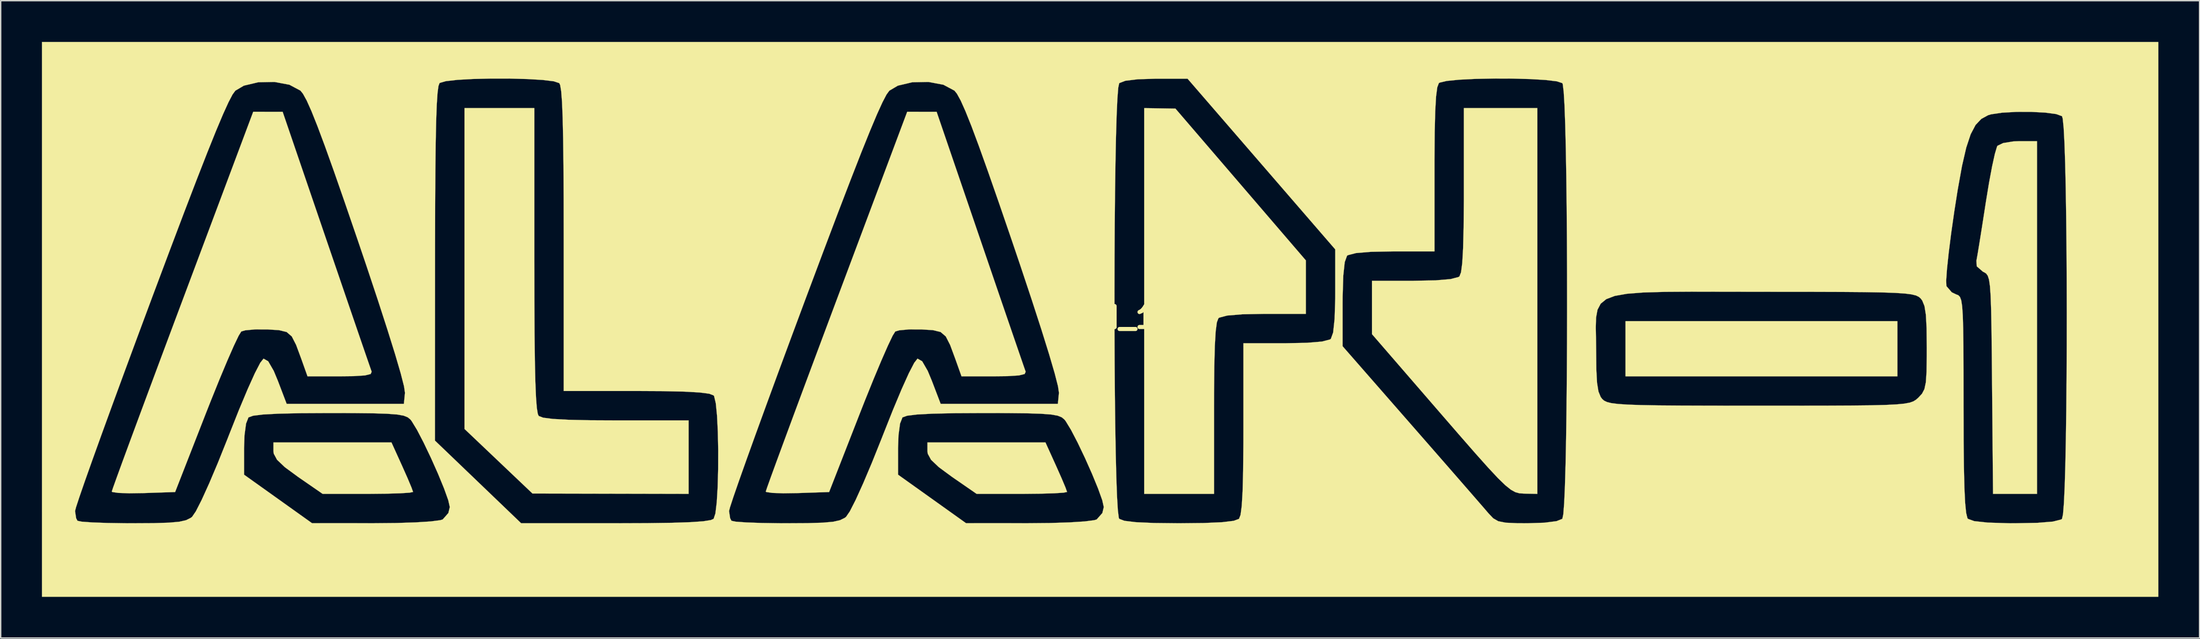
<source format=kicad_pcb>
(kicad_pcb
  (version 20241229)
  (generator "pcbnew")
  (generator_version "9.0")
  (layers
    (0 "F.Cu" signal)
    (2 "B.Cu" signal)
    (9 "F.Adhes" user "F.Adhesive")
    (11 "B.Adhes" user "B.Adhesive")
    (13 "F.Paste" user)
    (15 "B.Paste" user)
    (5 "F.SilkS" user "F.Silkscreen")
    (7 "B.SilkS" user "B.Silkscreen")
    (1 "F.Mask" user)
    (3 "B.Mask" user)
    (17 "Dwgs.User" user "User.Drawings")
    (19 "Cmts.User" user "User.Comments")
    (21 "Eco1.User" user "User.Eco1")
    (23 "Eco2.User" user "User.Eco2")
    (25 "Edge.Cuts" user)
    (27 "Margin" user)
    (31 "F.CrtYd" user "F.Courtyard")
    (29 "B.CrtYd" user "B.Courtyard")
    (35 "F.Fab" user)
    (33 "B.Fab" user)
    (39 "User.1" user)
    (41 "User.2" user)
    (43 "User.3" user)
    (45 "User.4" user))
  (footprint "ALAN_1"
    (layer "F.Cu")
    (at 77.007 20.058)
    (property "Reference" "ALAN_1" (at 0 0 0) (layer "F.SilkS") (effects (font (size 1.524 1.524) (thickness 0.3))))
    (attr through_hole)
    (fp_poly (pts (xy 58.019 4.278) (xy 38.234 4.278) (xy 38.234 0.267) (xy 58.019 0.267) (xy 58.019 4.278)) (stroke (width 0.01) (type solid)) (fill yes) (layer "F.SilkS"))
    (fp_poly (pts (xy -50.783 10.823) (xy -50.396 11.694) (xy -50.116 12.361) (xy -49.999 12.687) (xy -49.998 12.694) (xy -50.248 12.747) (xy -50.931 12.791) (xy -51.945 12.821) (xy -53.187 12.834) (xy -53.288 12.834) (xy -56.578 12.834) (xy -58.368 11.598) (xy -59.332 10.889) (xy -59.897 10.352) (xy -60.136 9.909) (xy -60.158 9.726) (xy -60.158 9.091) (xy -51.569 9.091) (xy -50.783 10.823)) (stroke (width 0.01) (type solid)) (fill yes) (layer "F.SilkS"))
    (fp_poly (pts (xy -3.192 10.823) (xy -2.805 11.694) (xy -2.524 12.361) (xy -2.407 12.687) (xy -2.406 12.694) (xy -2.657 12.747) (xy -3.34 12.791) (xy -4.353 12.821) (xy -5.596 12.834) (xy -5.696 12.834) (xy -8.986 12.834) (xy -10.776 11.598) (xy -11.74 10.889) (xy -12.305 10.352) (xy -12.545 9.909) (xy -12.566 9.726) (xy -12.566 9.091) (xy -3.977 9.091) (xy -3.192 10.823)) (stroke (width 0.01) (type solid)) (fill yes) (layer "F.SilkS"))
    (fp_poly (pts (xy 4.345 -15.222) (xy 5.481 -15.204) (xy 10.227 -9.68) (xy 14.973 -4.156) (xy 14.973 -0.267) (xy 11.951 -0.267) (xy 10.349 -0.236) (xy 9.251 -0.144) (xy 8.669 0.009) (xy 8.609 0.053) (xy 8.496 0.348) (xy 8.41 1.002) (xy 8.348 2.057) (xy 8.309 3.549) (xy 8.29 5.519) (xy 8.288 6.604) (xy 8.288 12.834) (xy 3.208 12.834) (xy 3.208 -15.24) (xy 4.345 -15.222)) (stroke (width 0.01) (type solid)) (fill yes) (layer "F.SilkS"))
    (fp_poly (pts (xy -41.175 -4.198) (xy -41.17 -1.269) (xy -41.157 1.16) (xy -41.134 3.123) (xy -41.099 4.657) (xy -41.052 5.794) (xy -40.992 6.571) (xy -40.918 7.021) (xy -40.854 7.165) (xy -40.533 7.289) (xy -39.825 7.38) (xy -38.692 7.442) (xy -37.095 7.477) (xy -35.239 7.486) (xy -29.945 7.486) (xy -29.945 12.834) (xy -35.627 12.821) (xy -41.308 12.808) (xy -46.255 8.109) (xy -46.255 -15.24) (xy -41.175 -15.24) (xy -41.175 -4.198)) (stroke (width 0.01) (type solid)) (fill yes) (layer "F.SilkS"))
    (fp_poly (pts (xy 31.817 12.834) (xy 30.814 12.813) (xy 30.51 12.791) (xy 30.216 12.711) (xy 29.888 12.529) (xy 29.48 12.201) (xy 28.946 11.683) (xy 28.242 10.93) (xy 27.321 9.9) (xy 26.139 8.548) (xy 24.798 7.002) (xy 19.785 1.212) (xy 19.785 -2.674) (xy 22.807 -2.674) (xy 24.409 -2.705) (xy 25.507 -2.798) (xy 26.089 -2.951) (xy 26.149 -2.995) (xy 26.264 -3.295) (xy 26.352 -3.963) (xy 26.414 -5.037) (xy 26.452 -6.556) (xy 26.469 -8.559) (xy 26.469 -9.278) (xy 26.469 -15.24) (xy 31.817 -15.24) (xy 31.817 12.834)) (stroke (width 0.01) (type solid)) (fill yes) (layer "F.SilkS"))
    (fp_poly (pts (xy 68.179 12.834) (xy 64.978 12.834) (xy 64.908 4.879) (xy 64.887 2.611) (xy 64.866 0.819) (xy 64.84 -0.555) (xy 64.804 -1.57) (xy 64.754 -2.285) (xy 64.686 -2.756) (xy 64.593 -3.044) (xy 64.472 -3.206) (xy 64.318 -3.301) (xy 64.245 -3.334) (xy 63.793 -3.727) (xy 63.769 -4.137) (xy 63.851 -4.59) (xy 63.994 -5.459) (xy 64.181 -6.631) (xy 64.393 -7.992) (xy 64.459 -8.422) (xy 64.685 -9.797) (xy 64.909 -10.993) (xy 65.11 -11.907) (xy 65.265 -12.431) (xy 65.302 -12.499) (xy 65.713 -12.697) (xy 66.452 -12.817) (xy 66.875 -12.834) (xy 68.179 -12.834) (xy 68.179 12.834)) (stroke (width 0.01) (type solid)) (fill yes) (layer "F.SilkS"))
    (fp_poly (pts (xy -59.489 -14.972) (xy -56.314 -5.681) (xy -55.585 -3.553) (xy -54.909 -1.577) (xy -54.305 0.186) (xy -53.793 1.678) (xy -53.393 2.84) (xy -53.125 3.615) (xy -53.01 3.943) (xy -53.01 3.944) (xy -53.083 4.111) (xy -53.504 4.215) (xy -54.34 4.267) (xy -55.28 4.278) (xy -57.679 4.278) (xy -58.132 3.008) (xy -58.508 1.993) (xy -58.824 1.376) (xy -59.202 1.053) (xy -59.761 0.918) (xy -60.587 0.867) (xy -61.495 0.864) (xy -62.207 0.93) (xy -62.498 1.016) (xy -62.687 1.319) (xy -63.036 2.048) (xy -63.511 3.13) (xy -64.081 4.491) (xy -64.714 6.059) (xy -65.073 6.968) (xy -67.313 12.7) (xy -69.617 12.777) (xy -70.652 12.792) (xy -71.446 12.764) (xy -71.878 12.701) (xy -71.922 12.666) (xy -71.831 12.387) (xy -71.568 11.654) (xy -71.152 10.512) (xy -70.598 9.008) (xy -69.924 7.188) (xy -69.147 5.098) (xy -68.285 2.784) (xy -67.353 0.291) (xy -66.776 -1.248) (xy -61.63 -14.973) (xy -59.489 -14.972)) (stroke (width 0.01) (type solid)) (fill yes) (layer "F.SilkS"))
    (fp_poly (pts (xy -11.898 -14.972) (xy -8.722 -5.681) (xy -7.994 -3.553) (xy -7.318 -1.577) (xy -6.713 0.186) (xy -6.201 1.678) (xy -5.801 2.84) (xy -5.534 3.615) (xy -5.418 3.943) (xy -5.418 3.944) (xy -5.492 4.111) (xy -5.913 4.215) (xy -6.749 4.267) (xy -7.689 4.278) (xy -10.087 4.278) (xy -10.54 3.008) (xy -10.916 1.993) (xy -11.232 1.376) (xy -11.61 1.053) (xy -12.169 0.918) (xy -12.995 0.867) (xy -13.904 0.864) (xy -14.615 0.93) (xy -14.906 1.016) (xy -15.096 1.319) (xy -15.444 2.048) (xy -15.919 3.13) (xy -16.489 4.491) (xy -17.123 6.059) (xy -17.481 6.968) (xy -19.721 12.7) (xy -22.026 12.777) (xy -23.06 12.792) (xy -23.854 12.764) (xy -24.286 12.701) (xy -24.331 12.666) (xy -24.239 12.387) (xy -23.977 11.654) (xy -23.56 10.512) (xy -23.006 9.008) (xy -22.333 7.188) (xy -21.556 5.098) (xy -20.693 2.784) (xy -19.761 0.291) (xy -19.185 -1.248) (xy -14.039 -14.973) (xy -11.898 -14.972)) (stroke (width 0.01) (type solid)) (fill yes) (layer "F.SilkS"))
    (fp_poly (pts (xy 77.002 20.32) (xy -77.002 20.32) (xy -77.002 14.085) (xy -74.596 14.085) (xy -74.515 14.61) (xy -74.418 14.794) (xy -74.1 14.858) (xy -73.348 14.912) (xy -72.263 14.951) (xy -70.947 14.971) (xy -70.437 14.973) (xy -68.886 14.964) (xy -67.778 14.93) (xy -67.019 14.863) (xy -66.518 14.75) (xy -66.183 14.584) (xy -66.079 14.505) (xy -65.806 14.106) (xy -65.381 13.272) (xy -64.835 12.07) (xy -64.199 10.567) (xy -63.778 9.515) (xy -62.297 9.515) (xy -62.297 11.437) (xy -59.824 13.201) (xy -57.351 14.966) (xy -52.855 14.969) (xy -51.217 14.954) (xy -49.807 14.909) (xy -48.71 14.839) (xy -48.015 14.749) (xy -47.841 14.696) (xy -47.43 14.229) (xy -47.324 13.793) (xy -47.439 13.287) (xy -47.744 12.437) (xy -48.182 11.371) (xy -48.695 10.22) (xy -49.224 9.112) (xy -49.304 8.957) (xy -48.404 8.957) (xy -45.267 11.965) (xy -42.13 14.973) (xy -35.289 14.973) (xy -32.983 14.964) (xy -31.173 14.939) (xy -29.82 14.894) (xy -28.884 14.829) (xy -28.327 14.74) (xy -28.127 14.652) (xy -27.997 14.259) (xy -27.976 14.085) (xy -27.004 14.085) (xy -26.923 14.61) (xy -26.826 14.794) (xy -26.508 14.858) (xy -25.756 14.912) (xy -24.672 14.951) (xy -23.355 14.971) (xy -22.845 14.973) (xy -21.295 14.964) (xy -20.186 14.93) (xy -19.428 14.863) (xy -18.927 14.75) (xy -18.591 14.584) (xy -18.488 14.505) (xy -18.214 14.106) (xy -17.789 13.272) (xy -17.244 12.07) (xy -16.608 10.567) (xy -16.186 9.515) (xy -14.705 9.515) (xy -14.705 11.437) (xy -12.232 13.201) (xy -9.759 14.966) (xy -5.263 14.969) (xy -3.626 14.954) (xy -2.215 14.909) (xy -1.119 14.839) (xy -0.424 14.749) (xy -0.25 14.696) (xy 0.162 14.229) (xy 0.267 13.793) (xy 0.153 13.287) (xy -0.153 12.437) (xy -0.591 11.371) (xy -1.103 10.22) (xy -1.632 9.112) (xy -2.119 8.176) (xy -2.506 7.541) (xy -2.602 7.419) (xy -2.794 7.261) (xy -3.092 7.142) (xy -3.569 7.058) (xy -4.297 7.003) (xy -5.349 6.97) (xy -6.796 6.955) (xy -8.544 6.952) (xy -10.626 6.963) (xy -12.213 6.998) (xy -13.342 7.059) (xy -14.051 7.148) (xy -14.379 7.267) (xy -14.384 7.272) (xy -14.559 7.717) (xy -14.672 8.566) (xy -14.705 9.515) (xy -16.186 9.515) (xy -15.912 8.831) (xy -15.804 8.556) (xy -15.078 6.727) (xy -14.442 5.209) (xy -13.918 4.049) (xy -13.527 3.296) (xy -13.292 2.996) (xy -13.284 2.994) (xy -12.95 3.183) (xy -12.545 3.884) (xy -12.248 4.598) (xy -11.604 6.283) (xy -3.075 6.283) (xy -2.996 5.479) (xy -3.064 5.008) (xy -3.305 4.065) (xy -3.71 2.682) (xy -4.269 0.889) (xy -4.973 -1.282) (xy -5.135 -1.769) (xy 1.043 -1.769) (xy 1.045 0.767) (xy 1.056 3.258) (xy 1.074 5.646) (xy 1.101 7.874) (xy 1.136 9.882) (xy 1.179 11.613) (xy 1.23 13.01) (xy 1.29 14.013) (xy 1.358 14.566) (xy 1.39 14.652) (xy 1.772 14.795) (xy 2.603 14.895) (xy 3.911 14.953) (xy 5.726 14.973) (xy 5.748 14.973) (xy 7.568 14.954) (xy 8.883 14.896) (xy 9.719 14.796) (xy 10.105 14.654) (xy 10.107 14.652) (xy 10.22 14.358) (xy 10.306 13.703) (xy 10.368 12.649) (xy 10.407 11.156) (xy 10.425 9.186) (xy 10.427 8.101) (xy 10.427 1.872) (xy 13.449 1.872) (xy 15.051 1.84) (xy 16.149 1.748) (xy 16.731 1.595) (xy 16.791 1.551) (xy 16.957 1.09) (xy 17.063 0.106) (xy 17.099 -1.041) (xy 17.646 -1.041) (xy 17.646 2.089) (xy 22.659 7.819) (xy 23.985 9.335) (xy 25.222 10.751) (xy 26.318 12.008) (xy 27.223 13.048) (xy 27.885 13.81) (xy 28.251 14.236) (xy 28.272 14.261) (xy 28.607 14.612) (xy 28.975 14.824) (xy 29.514 14.931) (xy 30.363 14.969) (xy 31.093 14.973) (xy 32.333 14.932) (xy 33.213 14.819) (xy 33.635 14.652) (xy 33.706 14.319) (xy 33.769 13.509) (xy 33.824 12.281) (xy 33.871 10.691) (xy 33.91 8.799) (xy 33.94 6.663) (xy 33.962 4.339) (xy 33.976 1.886) (xy 33.979 0.715) (xy 36.07 0.715) (xy 36.086 1.583) (xy 36.095 2.365) (xy 36.109 3.771) (xy 36.161 4.743) (xy 36.264 5.381) (xy 36.428 5.783) (xy 36.537 5.928) (xy 36.674 6.049) (xy 36.877 6.148) (xy 37.196 6.228) (xy 37.682 6.29) (xy 38.385 6.337) (xy 39.353 6.371) (xy 40.639 6.394) (xy 42.29 6.407) (xy 44.358 6.414) (xy 46.892 6.417) (xy 47.95 6.417) (xy 50.658 6.416) (xy 52.882 6.413) (xy 54.674 6.404) (xy 56.084 6.388) (xy 57.162 6.361) (xy 57.961 6.321) (xy 58.53 6.266) (xy 58.922 6.193) (xy 59.186 6.098) (xy 59.374 5.981) (xy 59.536 5.838) (xy 59.539 5.835) (xy 59.807 5.548) (xy 59.984 5.21) (xy 60.089 4.714) (xy 60.14 3.95) (xy 60.157 2.806) (xy 60.158 2.18) (xy 60.143 0.774) (xy 60.091 -0.198) (xy 59.989 -0.836) (xy 59.825 -1.238) (xy 59.715 -1.383) (xy 59.579 -1.504) (xy 59.376 -1.603) (xy 59.056 -1.683) (xy 58.57 -1.745) (xy 57.868 -1.792) (xy 56.899 -1.826) (xy 55.614 -1.848) (xy 53.962 -1.862) (xy 51.895 -1.869) (xy 49.36 -1.871) (xy 48.303 -1.872) (xy 45.422 -1.876) (xy 43.031 -1.88) (xy 41.083 -1.867) (xy 39.535 -1.822) (xy 38.341 -1.729) (xy 37.455 -1.573) (xy 36.832 -1.337) (xy 36.427 -1.006) (xy 36.195 -0.564) (xy 36.091 0.004) (xy 36.07 0.715) (xy 33.979 0.715) (xy 33.982 -0.637) (xy 33.98 -2.683) (xy 61.568 -2.683) (xy 61.586 -2.286) (xy 61.976 -1.835) (xy 62.298 -1.681) (xy 62.451 -1.624) (xy 62.571 -1.501) (xy 62.663 -1.257) (xy 62.73 -0.832) (xy 62.776 -0.169) (xy 62.806 0.789) (xy 62.823 2.099) (xy 62.83 3.821) (xy 62.832 6.01) (xy 62.832 6.395) (xy 62.838 8.875) (xy 62.859 10.858) (xy 62.895 12.384) (xy 62.949 13.489) (xy 63.021 14.212) (xy 63.113 14.591) (xy 63.152 14.652) (xy 63.613 14.818) (xy 64.598 14.924) (xy 66.101 14.971) (xy 66.575 14.973) (xy 68.211 14.942) (xy 69.331 14.851) (xy 69.928 14.701) (xy 69.997 14.652) (xy 70.071 14.316) (xy 70.136 13.506) (xy 70.193 12.282) (xy 70.24 10.705) (xy 70.278 8.835) (xy 70.308 6.732) (xy 70.329 4.457) (xy 70.341 2.071) (xy 70.344 -0.368) (xy 70.338 -2.796) (xy 70.324 -5.156) (xy 70.3 -7.385) (xy 70.268 -9.425) (xy 70.227 -11.213) (xy 70.177 -12.69) (xy 70.118 -13.796) (xy 70.05 -14.47) (xy 69.997 -14.652) (xy 69.576 -14.807) (xy 68.776 -14.913) (xy 67.749 -14.966) (xy 66.649 -14.964) (xy 65.628 -14.906) (xy 64.84 -14.79) (xy 64.621 -14.725) (xy 64.124 -14.454) (xy 63.708 -14.013) (xy 63.351 -13.338) (xy 63.029 -12.366) (xy 62.721 -11.034) (xy 62.404 -9.278) (xy 62.16 -7.726) (xy 61.932 -6.131) (xy 61.751 -4.698) (xy 61.626 -3.518) (xy 61.568 -2.683) (xy 33.98 -2.683) (xy 33.98 -3.173) (xy 33.969 -5.665) (xy 33.951 -8.053) (xy 33.924 -10.28) (xy 33.889 -12.288) (xy 33.846 -14.02) (xy 33.795 -15.416) (xy 33.735 -16.42) (xy 33.668 -16.972) (xy 33.635 -17.058) (xy 33.242 -17.188) (xy 32.43 -17.286) (xy 31.315 -17.353) (xy 30.012 -17.389) (xy 28.636 -17.393) (xy 27.302 -17.366) (xy 26.126 -17.307) (xy 25.223 -17.217) (xy 24.708 -17.095) (xy 24.651 -17.058) (xy 24.536 -16.757) (xy 24.448 -16.089) (xy 24.386 -15.015) (xy 24.348 -13.496) (xy 24.331 -11.494) (xy 24.331 -10.775) (xy 24.331 -4.813) (xy 21.309 -4.813) (xy 19.707 -4.781) (xy 18.609 -4.689) (xy 18.027 -4.536) (xy 17.967 -4.492) (xy 17.801 -4.031) (xy 17.695 -3.045) (xy 17.649 -1.536) (xy 17.646 -1.041) (xy 17.099 -1.041) (xy 17.11 -1.395) (xy 17.112 -1.863) (xy 17.112 -4.956) (xy 11.738 -11.168) (xy 6.364 -17.379) (xy 4.037 -17.379) (xy 2.747 -17.34) (xy 1.839 -17.23) (xy 1.39 -17.058) (xy 1.319 -16.725) (xy 1.256 -15.915) (xy 1.201 -14.687) (xy 1.154 -13.098) (xy 1.116 -11.206) (xy 1.085 -9.069) (xy 1.063 -6.745) (xy 1.049 -4.293) (xy 1.043 -1.769) (xy -5.135 -1.769) (xy -5.812 -3.801) (xy -6.427 -5.617) (xy -7.369 -8.362) (xy -8.163 -10.637) (xy -8.823 -12.479) (xy -9.363 -13.926) (xy -9.8 -15.017) (xy -10.146 -15.79) (xy -10.417 -16.283) (xy -10.598 -16.51) (xy -11.405 -16.941) (xy -12.494 -17.145) (xy -13.665 -17.123) (xy -14.716 -16.875) (xy -15.338 -16.51) (xy -15.543 -16.229) (xy -15.839 -15.664) (xy -16.239 -14.786) (xy -16.751 -13.569) (xy -17.389 -11.986) (xy -18.161 -10.009) (xy -19.081 -7.613) (xy -20.157 -4.768) (xy -21.401 -1.45) (xy -21.503 -1.177) (xy -22.501 1.506) (xy -23.442 4.049) (xy -24.307 6.407) (xy -25.081 8.533) (xy -25.747 10.382) (xy -26.289 11.909) (xy -26.69 13.067) (xy -26.933 13.81) (xy -27.004 14.085) (xy -27.976 14.085) (xy -27.899 13.447) (xy -27.832 12.332) (xy -27.797 11.029) (xy -27.792 9.653) (xy -27.82 8.319) (xy -27.878 7.143) (xy -27.968 6.24) (xy -28.09 5.725) (xy -28.127 5.668) (xy -28.448 5.545) (xy -29.156 5.454) (xy -30.29 5.392) (xy -31.886 5.357) (xy -33.742 5.347) (xy -39.036 5.347) (xy -39.036 -5.695) (xy -39.04 -8.624) (xy -39.053 -11.052) (xy -39.077 -13.016) (xy -39.112 -14.549) (xy -39.158 -15.687) (xy -39.218 -16.464) (xy -39.292 -16.914) (xy -39.357 -17.058) (xy -39.752 -17.19) (xy -40.563 -17.289) (xy -41.674 -17.355) (xy -42.967 -17.39) (xy -44.324 -17.391) (xy -45.629 -17.36) (xy -46.764 -17.297) (xy -47.612 -17.201) (xy -48.055 -17.073) (xy -48.073 -17.058) (xy -48.152 -16.838) (xy -48.218 -16.327) (xy -48.273 -15.492) (xy -48.317 -14.301) (xy -48.35 -12.72) (xy -48.374 -10.717) (xy -48.39 -8.259) (xy -48.398 -5.313) (xy -48.399 -3.89) (xy -48.404 8.957) (xy -49.304 8.957) (xy -49.711 8.176) (xy -50.098 7.541) (xy -50.194 7.419) (xy -50.386 7.261) (xy -50.684 7.142) (xy -51.161 7.058) (xy -51.889 7.003) (xy -52.94 6.97) (xy -54.387 6.955) (xy -56.135 6.952) (xy -58.218 6.963) (xy -59.805 6.998) (xy -60.933 7.059) (xy -61.643 7.148) (xy -61.97 7.267) (xy -61.976 7.272) (xy -62.151 7.717) (xy -62.264 8.566) (xy -62.297 9.515) (xy -63.778 9.515) (xy -63.503 8.831) (xy -63.396 8.556) (xy -62.67 6.727) (xy -62.033 5.209) (xy -61.509 4.049) (xy -61.119 3.296) (xy -60.883 2.996) (xy -60.875 2.994) (xy -60.541 3.183) (xy -60.136 3.884) (xy -59.839 4.598) (xy -59.196 6.283) (xy -50.666 6.283) (xy -50.587 5.479) (xy -50.655 5.008) (xy -50.896 4.065) (xy -51.301 2.682) (xy -51.861 0.889) (xy -52.564 -1.282) (xy -53.403 -3.801) (xy -54.019 -5.617) (xy -54.961 -8.362) (xy -55.754 -10.637) (xy -56.414 -12.479) (xy -56.955 -13.926) (xy -57.391 -15.017) (xy -57.737 -15.79) (xy -58.009 -16.283) (xy -58.19 -16.51) (xy -58.996 -16.941) (xy -60.086 -17.145) (xy -61.257 -17.123) (xy -62.308 -16.875) (xy -62.93 -16.51) (xy -63.135 -16.229) (xy -63.431 -15.664) (xy -63.83 -14.786) (xy -64.343 -13.569) (xy -64.98 -11.986) (xy -65.753 -10.009) (xy -66.672 -7.613) (xy -67.748 -4.768) (xy -68.993 -1.45) (xy -69.094 -1.177) (xy -70.093 1.506) (xy -71.033 4.049) (xy -71.899 6.407) (xy -72.673 8.533) (xy -73.339 10.382) (xy -73.881 11.909) (xy -74.281 13.067) (xy -74.525 13.81) (xy -74.596 14.085) (xy -77.002 14.085) (xy -77.002 -20.053) (xy 77.002 -20.053) (xy 77.002 20.32)) (stroke (width 0.01) (type solid)) (fill yes) (layer "F.SilkS")))
  (gr_rect
    (start -3 -3)
    (end 157.014 43.383)
    (stroke (width 0.1) (type default))
    (fill no)
    (layer "Edge.Cuts")))
</source>
